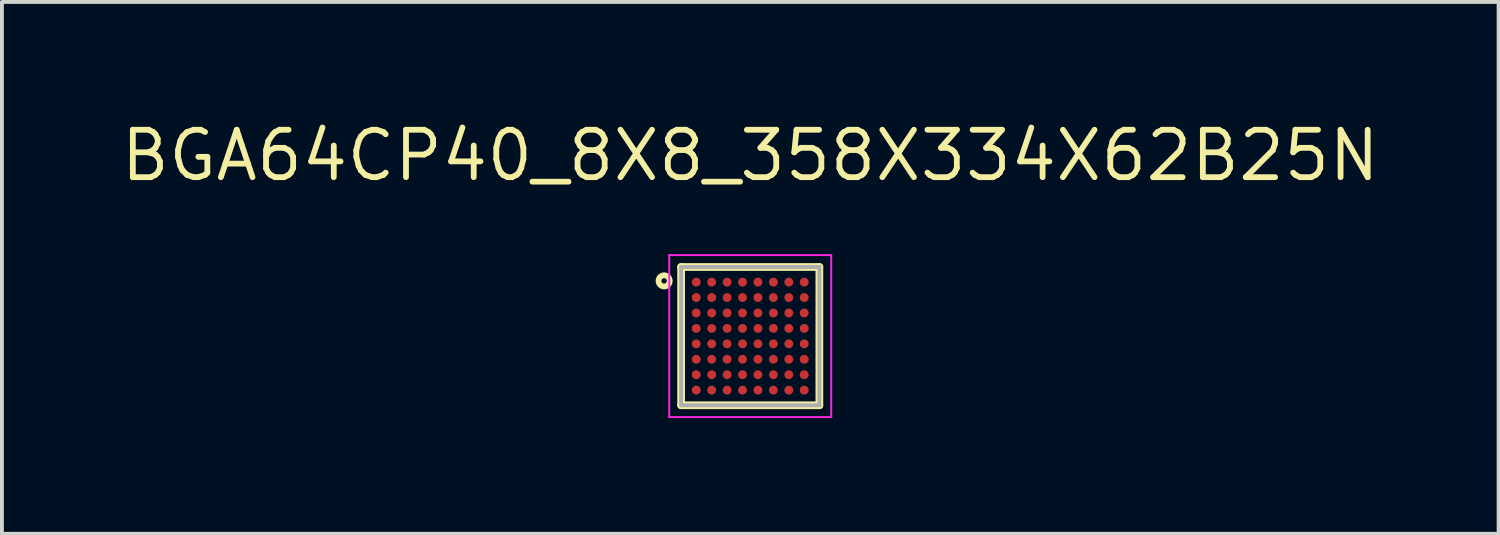
<source format=kicad_pcb>
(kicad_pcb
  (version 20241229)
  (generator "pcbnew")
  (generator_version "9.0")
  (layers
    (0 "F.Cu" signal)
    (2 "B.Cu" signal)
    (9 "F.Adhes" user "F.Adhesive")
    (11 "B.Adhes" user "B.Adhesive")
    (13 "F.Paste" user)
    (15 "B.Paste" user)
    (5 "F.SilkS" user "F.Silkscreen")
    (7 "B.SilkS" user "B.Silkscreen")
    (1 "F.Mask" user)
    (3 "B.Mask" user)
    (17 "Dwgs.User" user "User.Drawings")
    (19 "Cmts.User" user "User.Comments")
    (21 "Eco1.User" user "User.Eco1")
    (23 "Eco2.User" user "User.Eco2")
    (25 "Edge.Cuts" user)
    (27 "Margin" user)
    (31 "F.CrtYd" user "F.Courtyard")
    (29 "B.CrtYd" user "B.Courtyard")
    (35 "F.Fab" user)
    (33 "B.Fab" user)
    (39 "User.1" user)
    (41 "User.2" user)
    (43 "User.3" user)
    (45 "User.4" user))
  (footprint "BGA64CP40_8X8_358X334X62B25N"
    (layer "F.Cu")
    (at 16.4 5.664)
    (property "Reference" "BGA64CP40_8X8_358X334X62B25N" (at 0.00032 -4.682 0) (layer "F.SilkS") (effects (font (size 1.229 1.229) (thickness 0.15))))
    (attr through_hole)
    (fp_circle (center -1.4 -1.4) (end -1.25 -1.4) (stroke (width 0) (type solid)) (fill yes) (layer "F.Mask"))
    (fp_circle (center -1.4 -1) (end -1.25 -1) (stroke (width 0) (type solid)) (fill yes) (layer "F.Mask"))
    (fp_circle (center -1.4 -0.6) (end -1.25 -0.6) (stroke (width 0) (type solid)) (fill yes) (layer "F.Mask"))
    (fp_circle (center -1.4 -0.2) (end -1.25 -0.2) (stroke (width 0) (type solid)) (fill yes) (layer "F.Mask"))
    (fp_circle (center -1.4 0.2) (end -1.25 0.2) (stroke (width 0) (type solid)) (fill yes) (layer "F.Mask"))
    (fp_circle (center -1.4 0.6) (end -1.25 0.6) (stroke (width 0) (type solid)) (fill yes) (layer "F.Mask"))
    (fp_circle (center -1.4 1) (end -1.25 1) (stroke (width 0) (type solid)) (fill yes) (layer "F.Mask"))
    (fp_circle (center -1.4 1.4) (end -1.25 1.4) (stroke (width 0) (type solid)) (fill yes) (layer "F.Mask"))
    (fp_circle (center -1 -1.4) (end -0.85 -1.4) (stroke (width 0) (type solid)) (fill yes) (layer "F.Mask"))
    (fp_circle (center -1 -1) (end -0.85 -1) (stroke (width 0) (type solid)) (fill yes) (layer "F.Mask"))
    (fp_circle (center -1 -0.6) (end -0.85 -0.6) (stroke (width 0) (type solid)) (fill yes) (layer "F.Mask"))
    (fp_circle (center -1 -0.2) (end -0.85 -0.2) (stroke (width 0) (type solid)) (fill yes) (layer "F.Mask"))
    (fp_circle (center -1 0.2) (end -0.85 0.2) (stroke (width 0) (type solid)) (fill yes) (layer "F.Mask"))
    (fp_circle (center -1 0.6) (end -0.85 0.6) (stroke (width 0) (type solid)) (fill yes) (layer "F.Mask"))
    (fp_circle (center -1 1) (end -0.85 1) (stroke (width 0) (type solid)) (fill yes) (layer "F.Mask"))
    (fp_circle (center -1 1.4) (end -0.85 1.4) (stroke (width 0) (type solid)) (fill yes) (layer "F.Mask"))
    (fp_circle (center -0.6 -1.4) (end -0.45 -1.4) (stroke (width 0) (type solid)) (fill yes) (layer "F.Mask"))
    (fp_circle (center -0.6 -1) (end -0.45 -1) (stroke (width 0) (type solid)) (fill yes) (layer "F.Mask"))
    (fp_circle (center -0.6 -0.6) (end -0.45 -0.6) (stroke (width 0) (type solid)) (fill yes) (layer "F.Mask"))
    (fp_circle (center -0.6 -0.2) (end -0.45 -0.2) (stroke (width 0) (type solid)) (fill yes) (layer "F.Mask"))
    (fp_circle (center -0.6 0.2) (end -0.45 0.2) (stroke (width 0) (type solid)) (fill yes) (layer "F.Mask"))
    (fp_circle (center -0.6 0.6) (end -0.45 0.6) (stroke (width 0) (type solid)) (fill yes) (layer "F.Mask"))
    (fp_circle (center -0.6 1) (end -0.45 1) (stroke (width 0) (type solid)) (fill yes) (layer "F.Mask"))
    (fp_circle (center -0.6 1.4) (end -0.45 1.4) (stroke (width 0) (type solid)) (fill yes) (layer "F.Mask"))
    (fp_circle (center -0.2 -1.4) (end -0.05 -1.4) (stroke (width 0) (type solid)) (fill yes) (layer "F.Mask"))
    (fp_circle (center -0.2 -1) (end -0.05 -1) (stroke (width 0) (type solid)) (fill yes) (layer "F.Mask"))
    (fp_circle (center -0.2 -0.6) (end -0.05 -0.6) (stroke (width 0) (type solid)) (fill yes) (layer "F.Mask"))
    (fp_circle (center -0.2 -0.2) (end -0.05 -0.2) (stroke (width 0) (type solid)) (fill yes) (layer "F.Mask"))
    (fp_circle (center -0.2 0.2) (end -0.05 0.2) (stroke (width 0) (type solid)) (fill yes) (layer "F.Mask"))
    (fp_circle (center -0.2 0.6) (end -0.05 0.6) (stroke (width 0) (type solid)) (fill yes) (layer "F.Mask"))
    (fp_circle (center -0.2 1) (end -0.05 1) (stroke (width 0) (type solid)) (fill yes) (layer "F.Mask"))
    (fp_circle (center -0.2 1.4) (end -0.05 1.4) (stroke (width 0) (type solid)) (fill yes) (layer "F.Mask"))
    (fp_circle (center 0.2 -1.4) (end 0.35 -1.4) (stroke (width 0) (type solid)) (fill yes) (layer "F.Mask"))
    (fp_circle (center 0.2 -1) (end 0.35 -1) (stroke (width 0) (type solid)) (fill yes) (layer "F.Mask"))
    (fp_circle (center 0.2 -0.6) (end 0.35 -0.6) (stroke (width 0) (type solid)) (fill yes) (layer "F.Mask"))
    (fp_circle (center 0.2 -0.2) (end 0.35 -0.2) (stroke (width 0) (type solid)) (fill yes) (layer "F.Mask"))
    (fp_circle (center 0.2 0.2) (end 0.35 0.2) (stroke (width 0) (type solid)) (fill yes) (layer "F.Mask"))
    (fp_circle (center 0.2 0.6) (end 0.35 0.6) (stroke (width 0) (type solid)) (fill yes) (layer "F.Mask"))
    (fp_circle (center 0.2 1) (end 0.35 1) (stroke (width 0) (type solid)) (fill yes) (layer "F.Mask"))
    (fp_circle (center 0.2 1.4) (end 0.35 1.4) (stroke (width 0) (type solid)) (fill yes) (layer "F.Mask"))
    (fp_circle (center 0.6 -1.4) (end 0.75 -1.4) (stroke (width 0) (type solid)) (fill yes) (layer "F.Mask"))
    (fp_circle (center 0.6 -1) (end 0.75 -1) (stroke (width 0) (type solid)) (fill yes) (layer "F.Mask"))
    (fp_circle (center 0.6 -0.6) (end 0.75 -0.6) (stroke (width 0) (type solid)) (fill yes) (layer "F.Mask"))
    (fp_circle (center 0.6 -0.2) (end 0.75 -0.2) (stroke (width 0) (type solid)) (fill yes) (layer "F.Mask"))
    (fp_circle (center 0.6 0.2) (end 0.75 0.2) (stroke (width 0) (type solid)) (fill yes) (layer "F.Mask"))
    (fp_circle (center 0.6 0.6) (end 0.75 0.6) (stroke (width 0) (type solid)) (fill yes) (layer "F.Mask"))
    (fp_circle (center 0.6 1) (end 0.75 1) (stroke (width 0) (type solid)) (fill yes) (layer "F.Mask"))
    (fp_circle (center 0.6 1.4) (end 0.75 1.4) (stroke (width 0) (type solid)) (fill yes) (layer "F.Mask"))
    (fp_circle (center 1 -1.4) (end 1.15 -1.4) (stroke (width 0) (type solid)) (fill yes) (layer "F.Mask"))
    (fp_circle (center 1 -1) (end 1.15 -1) (stroke (width 0) (type solid)) (fill yes) (layer "F.Mask"))
    (fp_circle (center 1 -0.6) (end 1.15 -0.6) (stroke (width 0) (type solid)) (fill yes) (layer "F.Mask"))
    (fp_circle (center 1 -0.2) (end 1.15 -0.2) (stroke (width 0) (type solid)) (fill yes) (layer "F.Mask"))
    (fp_circle (center 1 0.2) (end 1.15 0.2) (stroke (width 0) (type solid)) (fill yes) (layer "F.Mask"))
    (fp_circle (center 1 0.6) (end 1.15 0.6) (stroke (width 0) (type solid)) (fill yes) (layer "F.Mask"))
    (fp_circle (center 1 1) (end 1.15 1) (stroke (width 0) (type solid)) (fill yes) (layer "F.Mask"))
    (fp_circle (center 1 1.4) (end 1.15 1.4) (stroke (width 0) (type solid)) (fill yes) (layer "F.Mask"))
    (fp_circle (center 1.4 -1.4) (end 1.55 -1.4) (stroke (width 0) (type solid)) (fill yes) (layer "F.Mask"))
    (fp_circle (center 1.4 -1) (end 1.55 -1) (stroke (width 0) (type solid)) (fill yes) (layer "F.Mask"))
    (fp_circle (center 1.4 -0.6) (end 1.55 -0.6) (stroke (width 0) (type solid)) (fill yes) (layer "F.Mask"))
    (fp_circle (center 1.4 -0.2) (end 1.55 -0.2) (stroke (width 0) (type solid)) (fill yes) (layer "F.Mask"))
    (fp_circle (center 1.4 0.2) (end 1.55 0.2) (stroke (width 0) (type solid)) (fill yes) (layer "F.Mask"))
    (fp_circle (center 1.4 0.6) (end 1.55 0.6) (stroke (width 0) (type solid)) (fill yes) (layer "F.Mask"))
    (fp_circle (center 1.4 1) (end 1.55 1) (stroke (width 0) (type solid)) (fill yes) (layer "F.Mask"))
    (fp_circle (center 1.4 1.4) (end 1.55 1.4) (stroke (width 0) (type solid)) (fill yes) (layer "F.Mask"))
    (fp_line (start -1.792 -1.792) (end 1.792 -1.792) (stroke (width 0.2) (type solid)) (layer "F.SilkS"))
    (fp_line (start -1.792 1.792) (end -1.792 -1.792) (stroke (width 0.2) (type solid)) (layer "F.SilkS"))
    (fp_line (start 1.792 -1.792) (end 1.792 1.792) (stroke (width 0.2) (type solid)) (layer "F.SilkS"))
    (fp_line (start 1.792 1.792) (end -1.792 1.792) (stroke (width 0.2) (type solid)) (layer "F.SilkS"))
    (fp_circle (center -2.232 -1.432) (end -2.162 -1.432) (stroke (width 0.15) (type solid)) (fill no) (layer "F.SilkS"))
    (fp_line (start -2.1 -2.1) (end 2.1 -2.1) (stroke (width 0.05) (type solid)) (layer "F.CrtYd"))
    (fp_line (start -2.1 2.1) (end -2.1 -2.1) (stroke (width 0.05) (type solid)) (layer "F.CrtYd"))
    (fp_line (start 2.1 -2.1) (end 2.1 2.1) (stroke (width 0.05) (type solid)) (layer "F.CrtYd"))
    (fp_line (start 2.1 2.1) (end -2.1 2.1) (stroke (width 0.05) (type solid)) (layer "F.CrtYd"))
    (fp_line (start -1.792 -1.792) (end 1.792 -1.792) (stroke (width 0.1) (type solid)) (layer "F.Fab"))
    (fp_line (start -1.792 1.792) (end -1.792 -1.792) (stroke (width 0.1) (type solid)) (layer "F.Fab"))
    (fp_line (start 1.792 -1.792) (end 1.792 1.792) (stroke (width 0.1) (type solid)) (layer "F.Fab"))
    (fp_line (start 1.792 1.792) (end -1.792 1.792) (stroke (width 0.1) (type solid)) (layer "F.Fab"))
    (pad "A1" smd circle (at -1.4 -1.4) (size 0.23 0.23) (layers "F.Cu" "F.Paste"))
    (pad "A2" smd circle (at -1 -1.4) (size 0.23 0.23) (layers "F.Cu" "F.Paste"))
    (pad "A3" smd circle (at -0.6 -1.4) (size 0.23 0.23) (layers "F.Cu" "F.Paste"))
    (pad "A4" smd circle (at -0.2 -1.4) (size 0.23 0.23) (layers "F.Cu" "F.Paste"))
    (pad "A5" smd circle (at 0.2 -1.4) (size 0.23 0.23) (layers "F.Cu" "F.Paste"))
    (pad "A6" smd circle (at 0.6 -1.4) (size 0.23 0.23) (layers "F.Cu" "F.Paste"))
    (pad "A7" smd circle (at 1 -1.4) (size 0.23 0.23) (layers "F.Cu" "F.Paste"))
    (pad "A8" smd circle (at 1.4 -1.4) (size 0.23 0.23) (layers "F.Cu" "F.Paste"))
    (pad "B1" smd circle (at -1.4 -1) (size 0.23 0.23) (layers "F.Cu" "F.Paste"))
    (pad "B2" smd circle (at -1 -1) (size 0.23 0.23) (layers "F.Cu" "F.Paste"))
    (pad "B3" smd circle (at -0.6 -1) (size 0.23 0.23) (layers "F.Cu" "F.Paste"))
    (pad "B4" smd circle (at -0.2 -1) (size 0.23 0.23) (layers "F.Cu" "F.Paste"))
    (pad "B5" smd circle (at 0.2 -1) (size 0.23 0.23) (layers "F.Cu" "F.Paste"))
    (pad "B6" smd circle (at 0.6 -1) (size 0.23 0.23) (layers "F.Cu" "F.Paste"))
    (pad "B7" smd circle (at 1 -1) (size 0.23 0.23) (layers "F.Cu" "F.Paste"))
    (pad "B8" smd circle (at 1.4 -1) (size 0.23 0.23) (layers "F.Cu" "F.Paste"))
    (pad "C1" smd circle (at -1.4 -0.6) (size 0.23 0.23) (layers "F.Cu" "F.Paste"))
    (pad "C2" smd circle (at -1 -0.6) (size 0.23 0.23) (layers "F.Cu" "F.Paste"))
    (pad "C3" smd circle (at -0.6 -0.6) (size 0.23 0.23) (layers "F.Cu" "F.Paste"))
    (pad "C4" smd circle (at -0.2 -0.6) (size 0.23 0.23) (layers "F.Cu" "F.Paste"))
    (pad "C5" smd circle (at 0.2 -0.6) (size 0.23 0.23) (layers "F.Cu" "F.Paste"))
    (pad "C6" smd circle (at 0.6 -0.6) (size 0.23 0.23) (layers "F.Cu" "F.Paste"))
    (pad "C7" smd circle (at 1 -0.6) (size 0.23 0.23) (layers "F.Cu" "F.Paste"))
    (pad "C8" smd circle (at 1.4 -0.6) (size 0.23 0.23) (layers "F.Cu" "F.Paste"))
    (pad "D1" smd circle (at -1.4 -0.2) (size 0.23 0.23) (layers "F.Cu" "F.Paste"))
    (pad "D2" smd circle (at -1 -0.2) (size 0.23 0.23) (layers "F.Cu" "F.Paste"))
    (pad "D3" smd circle (at -0.6 -0.2) (size 0.23 0.23) (layers "F.Cu" "F.Paste"))
    (pad "D4" smd circle (at -0.2 -0.2) (size 0.23 0.23) (layers "F.Cu" "F.Paste"))
    (pad "D5" smd circle (at 0.2 -0.2) (size 0.23 0.23) (layers "F.Cu" "F.Paste"))
    (pad "D6" smd circle (at 0.6 -0.2) (size 0.23 0.23) (layers "F.Cu" "F.Paste"))
    (pad "D7" smd circle (at 1 -0.2) (size 0.23 0.23) (layers "F.Cu" "F.Paste"))
    (pad "D8" smd circle (at 1.4 -0.2) (size 0.23 0.23) (layers "F.Cu" "F.Paste"))
    (pad "E1" smd circle (at -1.4 0.2) (size 0.23 0.23) (layers "F.Cu" "F.Paste"))
    (pad "E2" smd circle (at -1 0.2) (size 0.23 0.23) (layers "F.Cu" "F.Paste"))
    (pad "E3" smd circle (at -0.6 0.2) (size 0.23 0.23) (layers "F.Cu" "F.Paste"))
    (pad "E4" smd circle (at -0.2 0.2) (size 0.23 0.23) (layers "F.Cu" "F.Paste"))
    (pad "E5" smd circle (at 0.2 0.2) (size 0.23 0.23) (layers "F.Cu" "F.Paste"))
    (pad "E6" smd circle (at 0.6 0.2) (size 0.23 0.23) (layers "F.Cu" "F.Paste"))
    (pad "E7" smd circle (at 1 0.2) (size 0.23 0.23) (layers "F.Cu" "F.Paste"))
    (pad "E8" smd circle (at 1.4 0.2) (size 0.23 0.23) (layers "F.Cu" "F.Paste"))
    (pad "F1" smd circle (at -1.4 0.6) (size 0.23 0.23) (layers "F.Cu" "F.Paste"))
    (pad "F2" smd circle (at -1 0.6) (size 0.23 0.23) (layers "F.Cu" "F.Paste"))
    (pad "F3" smd circle (at -0.6 0.6) (size 0.23 0.23) (layers "F.Cu" "F.Paste"))
    (pad "F4" smd circle (at -0.2 0.6) (size 0.23 0.23) (layers "F.Cu" "F.Paste"))
    (pad "F5" smd circle (at 0.2 0.6) (size 0.23 0.23) (layers "F.Cu" "F.Paste"))
    (pad "F6" smd circle (at 0.6 0.6) (size 0.23 0.23) (layers "F.Cu" "F.Paste"))
    (pad "F7" smd circle (at 1 0.6) (size 0.23 0.23) (layers "F.Cu" "F.Paste"))
    (pad "F8" smd circle (at 1.4 0.6) (size 0.23 0.23) (layers "F.Cu" "F.Paste"))
    (pad "G1" smd circle (at -1.4 1) (size 0.23 0.23) (layers "F.Cu" "F.Paste"))
    (pad "G2" smd circle (at -1 1) (size 0.23 0.23) (layers "F.Cu" "F.Paste"))
    (pad "G3" smd circle (at -0.6 1) (size 0.23 0.23) (layers "F.Cu" "F.Paste"))
    (pad "G4" smd circle (at -0.2 1) (size 0.23 0.23) (layers "F.Cu" "F.Paste"))
    (pad "G5" smd circle (at 0.2 1) (size 0.23 0.23) (layers "F.Cu" "F.Paste"))
    (pad "G6" smd circle (at 0.6 1) (size 0.23 0.23) (layers "F.Cu" "F.Paste"))
    (pad "G7" smd circle (at 1 1) (size 0.23 0.23) (layers "F.Cu" "F.Paste"))
    (pad "G8" smd circle (at 1.4 1) (size 0.23 0.23) (layers "F.Cu" "F.Paste"))
    (pad "H1" smd circle (at -1.4 1.4) (size 0.23 0.23) (layers "F.Cu" "F.Paste"))
    (pad "H2" smd circle (at -1 1.4) (size 0.23 0.23) (layers "F.Cu" "F.Paste"))
    (pad "H3" smd circle (at -0.6 1.4) (size 0.23 0.23) (layers "F.Cu" "F.Paste"))
    (pad "H4" smd circle (at -0.2 1.4) (size 0.23 0.23) (layers "F.Cu" "F.Paste"))
    (pad "H5" smd circle (at 0.2 1.4) (size 0.23 0.23) (layers "F.Cu" "F.Paste"))
    (pad "H6" smd circle (at 0.6 1.4) (size 0.23 0.23) (layers "F.Cu" "F.Paste"))
    (pad "H7" smd circle (at 1 1.4) (size 0.23 0.23) (layers "F.Cu" "F.Paste"))
    (pad "H8" smd circle (at 1.4 1.4) (size 0.23 0.23) (layers "F.Cu" "F.Paste")))
  (gr_rect
    (start -3 -3)
    (end 35.801 10.789)
    (stroke (width 0.1) (type default))
    (fill no)
    (layer "Edge.Cuts")))
</source>
